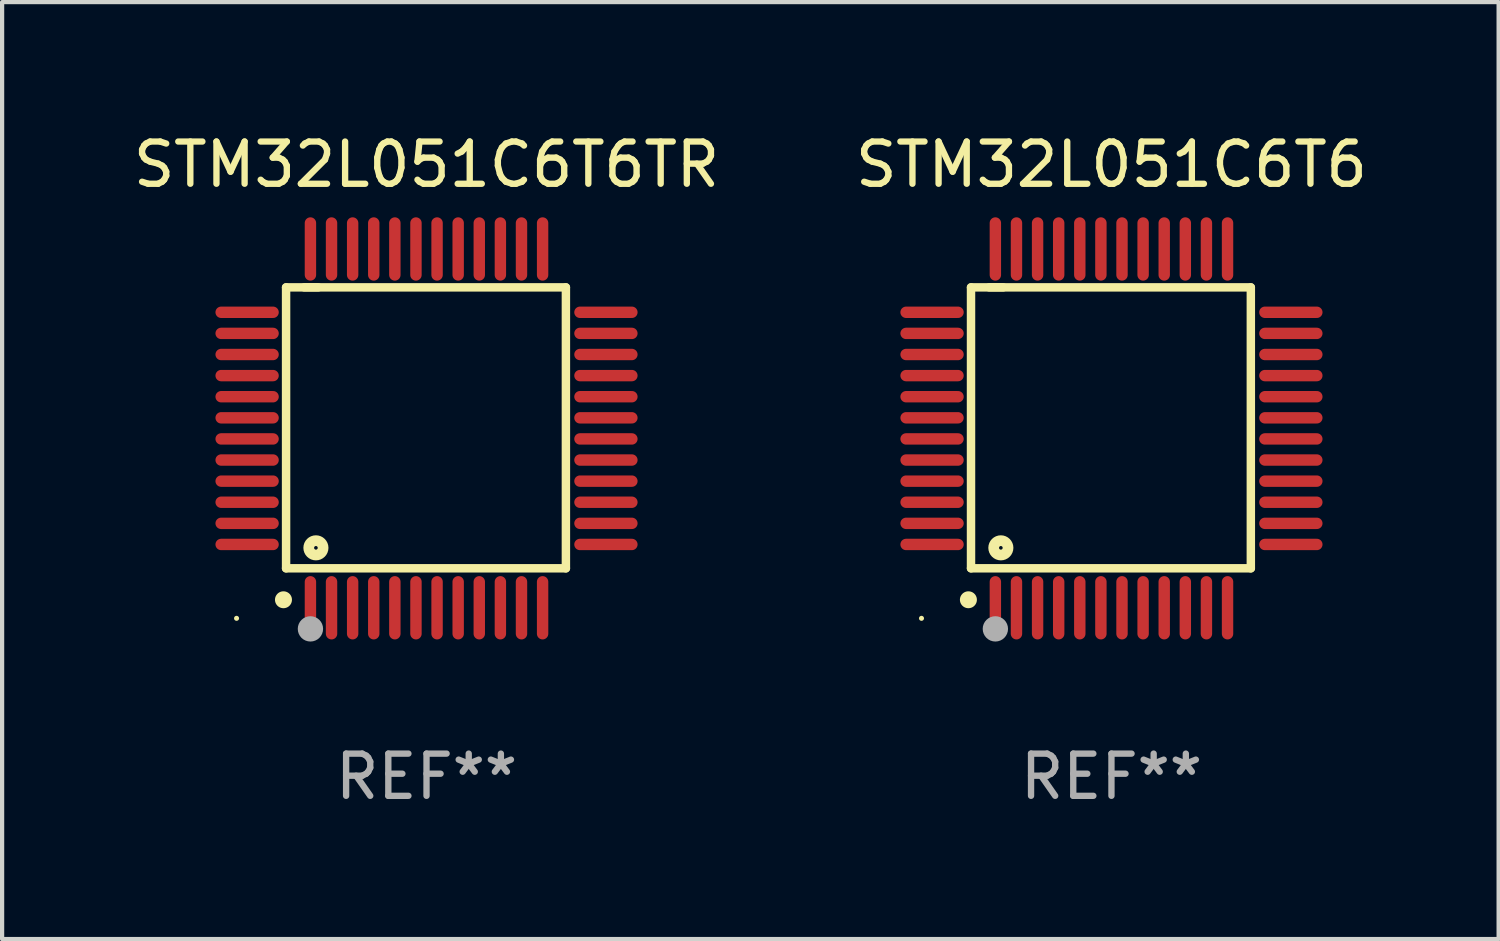
<source format=kicad_pcb>
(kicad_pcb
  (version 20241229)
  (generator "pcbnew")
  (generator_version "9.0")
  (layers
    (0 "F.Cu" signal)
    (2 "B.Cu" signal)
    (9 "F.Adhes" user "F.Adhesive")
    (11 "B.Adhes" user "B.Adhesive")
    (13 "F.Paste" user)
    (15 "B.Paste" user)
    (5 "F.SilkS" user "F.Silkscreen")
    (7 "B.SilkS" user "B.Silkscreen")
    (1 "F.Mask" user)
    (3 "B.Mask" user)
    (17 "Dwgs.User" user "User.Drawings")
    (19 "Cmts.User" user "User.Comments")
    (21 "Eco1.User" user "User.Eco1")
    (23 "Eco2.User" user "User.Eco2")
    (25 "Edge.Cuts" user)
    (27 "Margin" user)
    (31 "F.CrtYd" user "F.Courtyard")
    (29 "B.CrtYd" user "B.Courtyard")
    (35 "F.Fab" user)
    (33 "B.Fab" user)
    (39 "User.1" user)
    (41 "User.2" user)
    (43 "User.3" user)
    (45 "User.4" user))
  (footprint "STM32L051C6T6TR"
    (layer "F.Cu")
    (at 7.054 7.098)
    (property "Reference" "STM32L051C6T6TR" (at 0 -6.25 0) (layer "F.SilkS") (effects (font (size 1 1) (thickness 0.15))))
    (attr through_hole)
    (fp_line (start -3.327 -3.34) (end -2.565 -3.34) (stroke (width 0.2) (type solid)) (layer "F.SilkS"))
    (fp_line (start -3.327 3.315) (end -3.327 -3.34) (stroke (width 0.2) (type solid)) (layer "F.SilkS"))
    (fp_line (start -2.896 -3.34) (end 3.302 -3.34) (stroke (width 0.2) (type solid)) (layer "F.SilkS"))
    (fp_line (start 3.302 -3.34) (end 3.302 3.315) (stroke (width 0.2) (type solid)) (layer "F.SilkS"))
    (fp_line (start 3.302 3.315) (end -3.327 3.315) (stroke (width 0.2) (type solid)) (layer "F.SilkS"))
    (fp_arc (start -3.389992 4.059995) (mid -3.388722 4.059991) (end -3.387452 4.059995) (stroke (width 0.4) (type solid)) (layer "F.SilkS"))
    (fp_circle (center -4.5 4.5) (end -4.47 4.5) (stroke (width 0.06) (type solid)) (fill no) (layer "F.SilkS"))
    (fp_circle (center -2.62 2.83) (end -2.45 2.83) (stroke (width 0.254) (type solid)) (fill no) (layer "F.SilkS"))
    (fp_circle (center -2.75 4.75) (end -2.6 4.75) (stroke (width 0.3) (type solid)) (fill no) (layer "F.Fab"))
    (fp_text user "REF**" (at 0 8.25 0) (layer "F.Fab") (effects (font (size 1 1) (thickness 0.15))))
    (pad "1" smd oval (at -2.75 4.25) (size 0.27 1.5) (layers "F.Cu" "F.Mask" "F.Paste"))
    (pad "2" smd oval (at -2.25 4.25) (size 0.27 1.5) (layers "F.Cu" "F.Mask" "F.Paste"))
    (pad "3" smd oval (at -1.75 4.25) (size 0.27 1.5) (layers "F.Cu" "F.Mask" "F.Paste"))
    (pad "4" smd oval (at -1.25 4.25) (size 0.27 1.5) (layers "F.Cu" "F.Mask" "F.Paste"))
    (pad "5" smd oval (at -0.75 4.25) (size 0.27 1.5) (layers "F.Cu" "F.Mask" "F.Paste"))
    (pad "6" smd oval (at -0.25 4.25) (size 0.27 1.5) (layers "F.Cu" "F.Mask" "F.Paste"))
    (pad "7" smd oval (at 0.25 4.25) (size 0.27 1.5) (layers "F.Cu" "F.Mask" "F.Paste"))
    (pad "8" smd oval (at 0.75 4.25) (size 0.27 1.5) (layers "F.Cu" "F.Mask" "F.Paste"))
    (pad "9" smd oval (at 1.25 4.25) (size 0.27 1.5) (layers "F.Cu" "F.Mask" "F.Paste"))
    (pad "10" smd oval (at 1.75 4.25) (size 0.27 1.5) (layers "F.Cu" "F.Mask" "F.Paste"))
    (pad "11" smd oval (at 2.25 4.25) (size 0.27 1.5) (layers "F.Cu" "F.Mask" "F.Paste"))
    (pad "12" smd oval (at 2.75 4.25) (size 0.27 1.5) (layers "F.Cu" "F.Mask" "F.Paste"))
    (pad "13" smd oval (at 4.25 2.75) (size 1.5 0.27) (layers "F.Cu" "F.Mask" "F.Paste"))
    (pad "14" smd oval (at 4.25 2.25) (size 1.5 0.27) (layers "F.Cu" "F.Mask" "F.Paste"))
    (pad "15" smd oval (at 4.25 1.75) (size 1.5 0.27) (layers "F.Cu" "F.Mask" "F.Paste"))
    (pad "16" smd oval (at 4.25 1.25) (size 1.5 0.27) (layers "F.Cu" "F.Mask" "F.Paste"))
    (pad "17" smd oval (at 4.25 0.75) (size 1.5 0.27) (layers "F.Cu" "F.Mask" "F.Paste"))
    (pad "18" smd oval (at 4.25 0.25) (size 1.5 0.27) (layers "F.Cu" "F.Mask" "F.Paste"))
    (pad "19" smd oval (at 4.25 -0.25) (size 1.5 0.27) (layers "F.Cu" "F.Mask" "F.Paste"))
    (pad "20" smd oval (at 4.25 -0.75) (size 1.5 0.27) (layers "F.Cu" "F.Mask" "F.Paste"))
    (pad "21" smd oval (at 4.25 -1.25) (size 1.5 0.27) (layers "F.Cu" "F.Mask" "F.Paste"))
    (pad "22" smd oval (at 4.25 -1.75) (size 1.5 0.27) (layers "F.Cu" "F.Mask" "F.Paste"))
    (pad "23" smd oval (at 4.25 -2.25) (size 1.5 0.27) (layers "F.Cu" "F.Mask" "F.Paste"))
    (pad "24" smd oval (at 4.25 -2.75) (size 1.5 0.27) (layers "F.Cu" "F.Mask" "F.Paste"))
    (pad "25" smd oval (at 2.75 -4.25) (size 0.27 1.5) (layers "F.Cu" "F.Mask" "F.Paste"))
    (pad "26" smd oval (at 2.25 -4.25) (size 0.27 1.5) (layers "F.Cu" "F.Mask" "F.Paste"))
    (pad "27" smd oval (at 1.75 -4.25) (size 0.27 1.5) (layers "F.Cu" "F.Mask" "F.Paste"))
    (pad "28" smd oval (at 1.25 -4.25) (size 0.27 1.5) (layers "F.Cu" "F.Mask" "F.Paste"))
    (pad "29" smd oval (at 0.75 -4.25) (size 0.27 1.5) (layers "F.Cu" "F.Mask" "F.Paste"))
    (pad "30" smd oval (at 0.25 -4.25) (size 0.27 1.5) (layers "F.Cu" "F.Mask" "F.Paste"))
    (pad "31" smd oval (at -0.25 -4.25) (size 0.27 1.5) (layers "F.Cu" "F.Mask" "F.Paste"))
    (pad "32" smd oval (at -0.75 -4.25) (size 0.27 1.5) (layers "F.Cu" "F.Mask" "F.Paste"))
    (pad "33" smd oval (at -1.25 -4.25) (size 0.27 1.5) (layers "F.Cu" "F.Mask" "F.Paste"))
    (pad "34" smd oval (at -1.75 -4.25) (size 0.27 1.5) (layers "F.Cu" "F.Mask" "F.Paste"))
    (pad "35" smd oval (at -2.25 -4.25) (size 0.27 1.5) (layers "F.Cu" "F.Mask" "F.Paste"))
    (pad "36" smd oval (at -2.75 -4.25) (size 0.27 1.5) (layers "F.Cu" "F.Mask" "F.Paste"))
    (pad "37" smd oval (at -4.25 -2.75) (size 1.5 0.27) (layers "F.Cu" "F.Mask" "F.Paste"))
    (pad "38" smd oval (at -4.25 -2.25) (size 1.5 0.27) (layers "F.Cu" "F.Mask" "F.Paste"))
    (pad "39" smd oval (at -4.25 -1.75) (size 1.5 0.27) (layers "F.Cu" "F.Mask" "F.Paste"))
    (pad "40" smd oval (at -4.25 -1.25) (size 1.5 0.27) (layers "F.Cu" "F.Mask" "F.Paste"))
    (pad "41" smd oval (at -4.25 -0.75) (size 1.5 0.27) (layers "F.Cu" "F.Mask" "F.Paste"))
    (pad "42" smd oval (at -4.25 -0.25) (size 1.5 0.27) (layers "F.Cu" "F.Mask" "F.Paste"))
    (pad "43" smd oval (at -4.25 0.25) (size 1.5 0.27) (layers "F.Cu" "F.Mask" "F.Paste"))
    (pad "44" smd oval (at -4.25 0.75) (size 1.5 0.27) (layers "F.Cu" "F.Mask" "F.Paste"))
    (pad "45" smd oval (at -4.25 1.25) (size 1.5 0.27) (layers "F.Cu" "F.Mask" "F.Paste"))
    (pad "46" smd oval (at -4.25 1.75) (size 1.5 0.27) (layers "F.Cu" "F.Mask" "F.Paste"))
    (pad "47" smd oval (at -4.25 2.25) (size 1.5 0.27) (layers "F.Cu" "F.Mask" "F.Paste"))
    (pad "48" smd oval (at -4.25 2.75) (size 1.5 0.27) (layers "F.Cu" "F.Mask" "F.Paste")))
  (footprint "STM32L051C6T6"
    (layer "F.Cu")
    (at 23.28 7.098)
    (property "Reference" "STM32L051C6T6" (at 0 -6.25 0) (layer "F.SilkS") (effects (font (size 1 1) (thickness 0.15))))
    (attr through_hole)
    (fp_line (start -3.327 -3.34) (end -2.565 -3.34) (stroke (width 0.2) (type solid)) (layer "F.SilkS"))
    (fp_line (start -3.327 3.315) (end -3.327 -3.34) (stroke (width 0.2) (type solid)) (layer "F.SilkS"))
    (fp_line (start -2.896 -3.34) (end 3.302 -3.34) (stroke (width 0.2) (type solid)) (layer "F.SilkS"))
    (fp_line (start 3.302 -3.34) (end 3.302 3.315) (stroke (width 0.2) (type solid)) (layer "F.SilkS"))
    (fp_line (start 3.302 3.315) (end -3.327 3.315) (stroke (width 0.2) (type solid)) (layer "F.SilkS"))
    (fp_arc (start -3.389992 4.059995) (mid -3.388722 4.059991) (end -3.387452 4.059995) (stroke (width 0.4) (type solid)) (layer "F.SilkS"))
    (fp_circle (center -4.5 4.5) (end -4.47 4.5) (stroke (width 0.06) (type solid)) (fill no) (layer "F.SilkS"))
    (fp_circle (center -2.62 2.83) (end -2.45 2.83) (stroke (width 0.254) (type solid)) (fill no) (layer "F.SilkS"))
    (fp_circle (center -2.75 4.75) (end -2.6 4.75) (stroke (width 0.3) (type solid)) (fill no) (layer "F.Fab"))
    (fp_text user "REF**" (at 0 8.25 0) (layer "F.Fab") (effects (font (size 1 1) (thickness 0.15))))
    (pad "1" smd oval (at -2.75 4.25) (size 0.27 1.5) (layers "F.Cu" "F.Mask" "F.Paste"))
    (pad "2" smd oval (at -2.25 4.25) (size 0.27 1.5) (layers "F.Cu" "F.Mask" "F.Paste"))
    (pad "3" smd oval (at -1.75 4.25) (size 0.27 1.5) (layers "F.Cu" "F.Mask" "F.Paste"))
    (pad "4" smd oval (at -1.25 4.25) (size 0.27 1.5) (layers "F.Cu" "F.Mask" "F.Paste"))
    (pad "5" smd oval (at -0.75 4.25) (size 0.27 1.5) (layers "F.Cu" "F.Mask" "F.Paste"))
    (pad "6" smd oval (at -0.25 4.25) (size 0.27 1.5) (layers "F.Cu" "F.Mask" "F.Paste"))
    (pad "7" smd oval (at 0.25 4.25) (size 0.27 1.5) (layers "F.Cu" "F.Mask" "F.Paste"))
    (pad "8" smd oval (at 0.75 4.25) (size 0.27 1.5) (layers "F.Cu" "F.Mask" "F.Paste"))
    (pad "9" smd oval (at 1.25 4.25) (size 0.27 1.5) (layers "F.Cu" "F.Mask" "F.Paste"))
    (pad "10" smd oval (at 1.75 4.25) (size 0.27 1.5) (layers "F.Cu" "F.Mask" "F.Paste"))
    (pad "11" smd oval (at 2.25 4.25) (size 0.27 1.5) (layers "F.Cu" "F.Mask" "F.Paste"))
    (pad "12" smd oval (at 2.75 4.25) (size 0.27 1.5) (layers "F.Cu" "F.Mask" "F.Paste"))
    (pad "13" smd oval (at 4.25 2.75) (size 1.5 0.27) (layers "F.Cu" "F.Mask" "F.Paste"))
    (pad "14" smd oval (at 4.25 2.25) (size 1.5 0.27) (layers "F.Cu" "F.Mask" "F.Paste"))
    (pad "15" smd oval (at 4.25 1.75) (size 1.5 0.27) (layers "F.Cu" "F.Mask" "F.Paste"))
    (pad "16" smd oval (at 4.25 1.25) (size 1.5 0.27) (layers "F.Cu" "F.Mask" "F.Paste"))
    (pad "17" smd oval (at 4.25 0.75) (size 1.5 0.27) (layers "F.Cu" "F.Mask" "F.Paste"))
    (pad "18" smd oval (at 4.25 0.25) (size 1.5 0.27) (layers "F.Cu" "F.Mask" "F.Paste"))
    (pad "19" smd oval (at 4.25 -0.25) (size 1.5 0.27) (layers "F.Cu" "F.Mask" "F.Paste"))
    (pad "20" smd oval (at 4.25 -0.75) (size 1.5 0.27) (layers "F.Cu" "F.Mask" "F.Paste"))
    (pad "21" smd oval (at 4.25 -1.25) (size 1.5 0.27) (layers "F.Cu" "F.Mask" "F.Paste"))
    (pad "22" smd oval (at 4.25 -1.75) (size 1.5 0.27) (layers "F.Cu" "F.Mask" "F.Paste"))
    (pad "23" smd oval (at 4.25 -2.25) (size 1.5 0.27) (layers "F.Cu" "F.Mask" "F.Paste"))
    (pad "24" smd oval (at 4.25 -2.75) (size 1.5 0.27) (layers "F.Cu" "F.Mask" "F.Paste"))
    (pad "25" smd oval (at 2.75 -4.25) (size 0.27 1.5) (layers "F.Cu" "F.Mask" "F.Paste"))
    (pad "26" smd oval (at 2.25 -4.25) (size 0.27 1.5) (layers "F.Cu" "F.Mask" "F.Paste"))
    (pad "27" smd oval (at 1.75 -4.25) (size 0.27 1.5) (layers "F.Cu" "F.Mask" "F.Paste"))
    (pad "28" smd oval (at 1.25 -4.25) (size 0.27 1.5) (layers "F.Cu" "F.Mask" "F.Paste"))
    (pad "29" smd oval (at 0.75 -4.25) (size 0.27 1.5) (layers "F.Cu" "F.Mask" "F.Paste"))
    (pad "30" smd oval (at 0.25 -4.25) (size 0.27 1.5) (layers "F.Cu" "F.Mask" "F.Paste"))
    (pad "31" smd oval (at -0.25 -4.25) (size 0.27 1.5) (layers "F.Cu" "F.Mask" "F.Paste"))
    (pad "32" smd oval (at -0.75 -4.25) (size 0.27 1.5) (layers "F.Cu" "F.Mask" "F.Paste"))
    (pad "33" smd oval (at -1.25 -4.25) (size 0.27 1.5) (layers "F.Cu" "F.Mask" "F.Paste"))
    (pad "34" smd oval (at -1.75 -4.25) (size 0.27 1.5) (layers "F.Cu" "F.Mask" "F.Paste"))
    (pad "35" smd oval (at -2.25 -4.25) (size 0.27 1.5) (layers "F.Cu" "F.Mask" "F.Paste"))
    (pad "36" smd oval (at -2.75 -4.25) (size 0.27 1.5) (layers "F.Cu" "F.Mask" "F.Paste"))
    (pad "37" smd oval (at -4.25 -2.75) (size 1.5 0.27) (layers "F.Cu" "F.Mask" "F.Paste"))
    (pad "38" smd oval (at -4.25 -2.25) (size 1.5 0.27) (layers "F.Cu" "F.Mask" "F.Paste"))
    (pad "39" smd oval (at -4.25 -1.75) (size 1.5 0.27) (layers "F.Cu" "F.Mask" "F.Paste"))
    (pad "40" smd oval (at -4.25 -1.25) (size 1.5 0.27) (layers "F.Cu" "F.Mask" "F.Paste"))
    (pad "41" smd oval (at -4.25 -0.75) (size 1.5 0.27) (layers "F.Cu" "F.Mask" "F.Paste"))
    (pad "42" smd oval (at -4.25 -0.25) (size 1.5 0.27) (layers "F.Cu" "F.Mask" "F.Paste"))
    (pad "43" smd oval (at -4.25 0.25) (size 1.5 0.27) (layers "F.Cu" "F.Mask" "F.Paste"))
    (pad "44" smd oval (at -4.25 0.75) (size 1.5 0.27) (layers "F.Cu" "F.Mask" "F.Paste"))
    (pad "45" smd oval (at -4.25 1.25) (size 1.5 0.27) (layers "F.Cu" "F.Mask" "F.Paste"))
    (pad "46" smd oval (at -4.25 1.75) (size 1.5 0.27) (layers "F.Cu" "F.Mask" "F.Paste"))
    (pad "47" smd oval (at -4.25 2.25) (size 1.5 0.27) (layers "F.Cu" "F.Mask" "F.Paste"))
    (pad "48" smd oval (at -4.25 2.75) (size 1.5 0.27) (layers "F.Cu" "F.Mask" "F.Paste")))
  (gr_rect
    (start -3 -3)
    (end 32.452 19.196)
    (stroke (width 0.1) (type default))
    (fill no)
    (layer "Edge.Cuts")))
</source>
